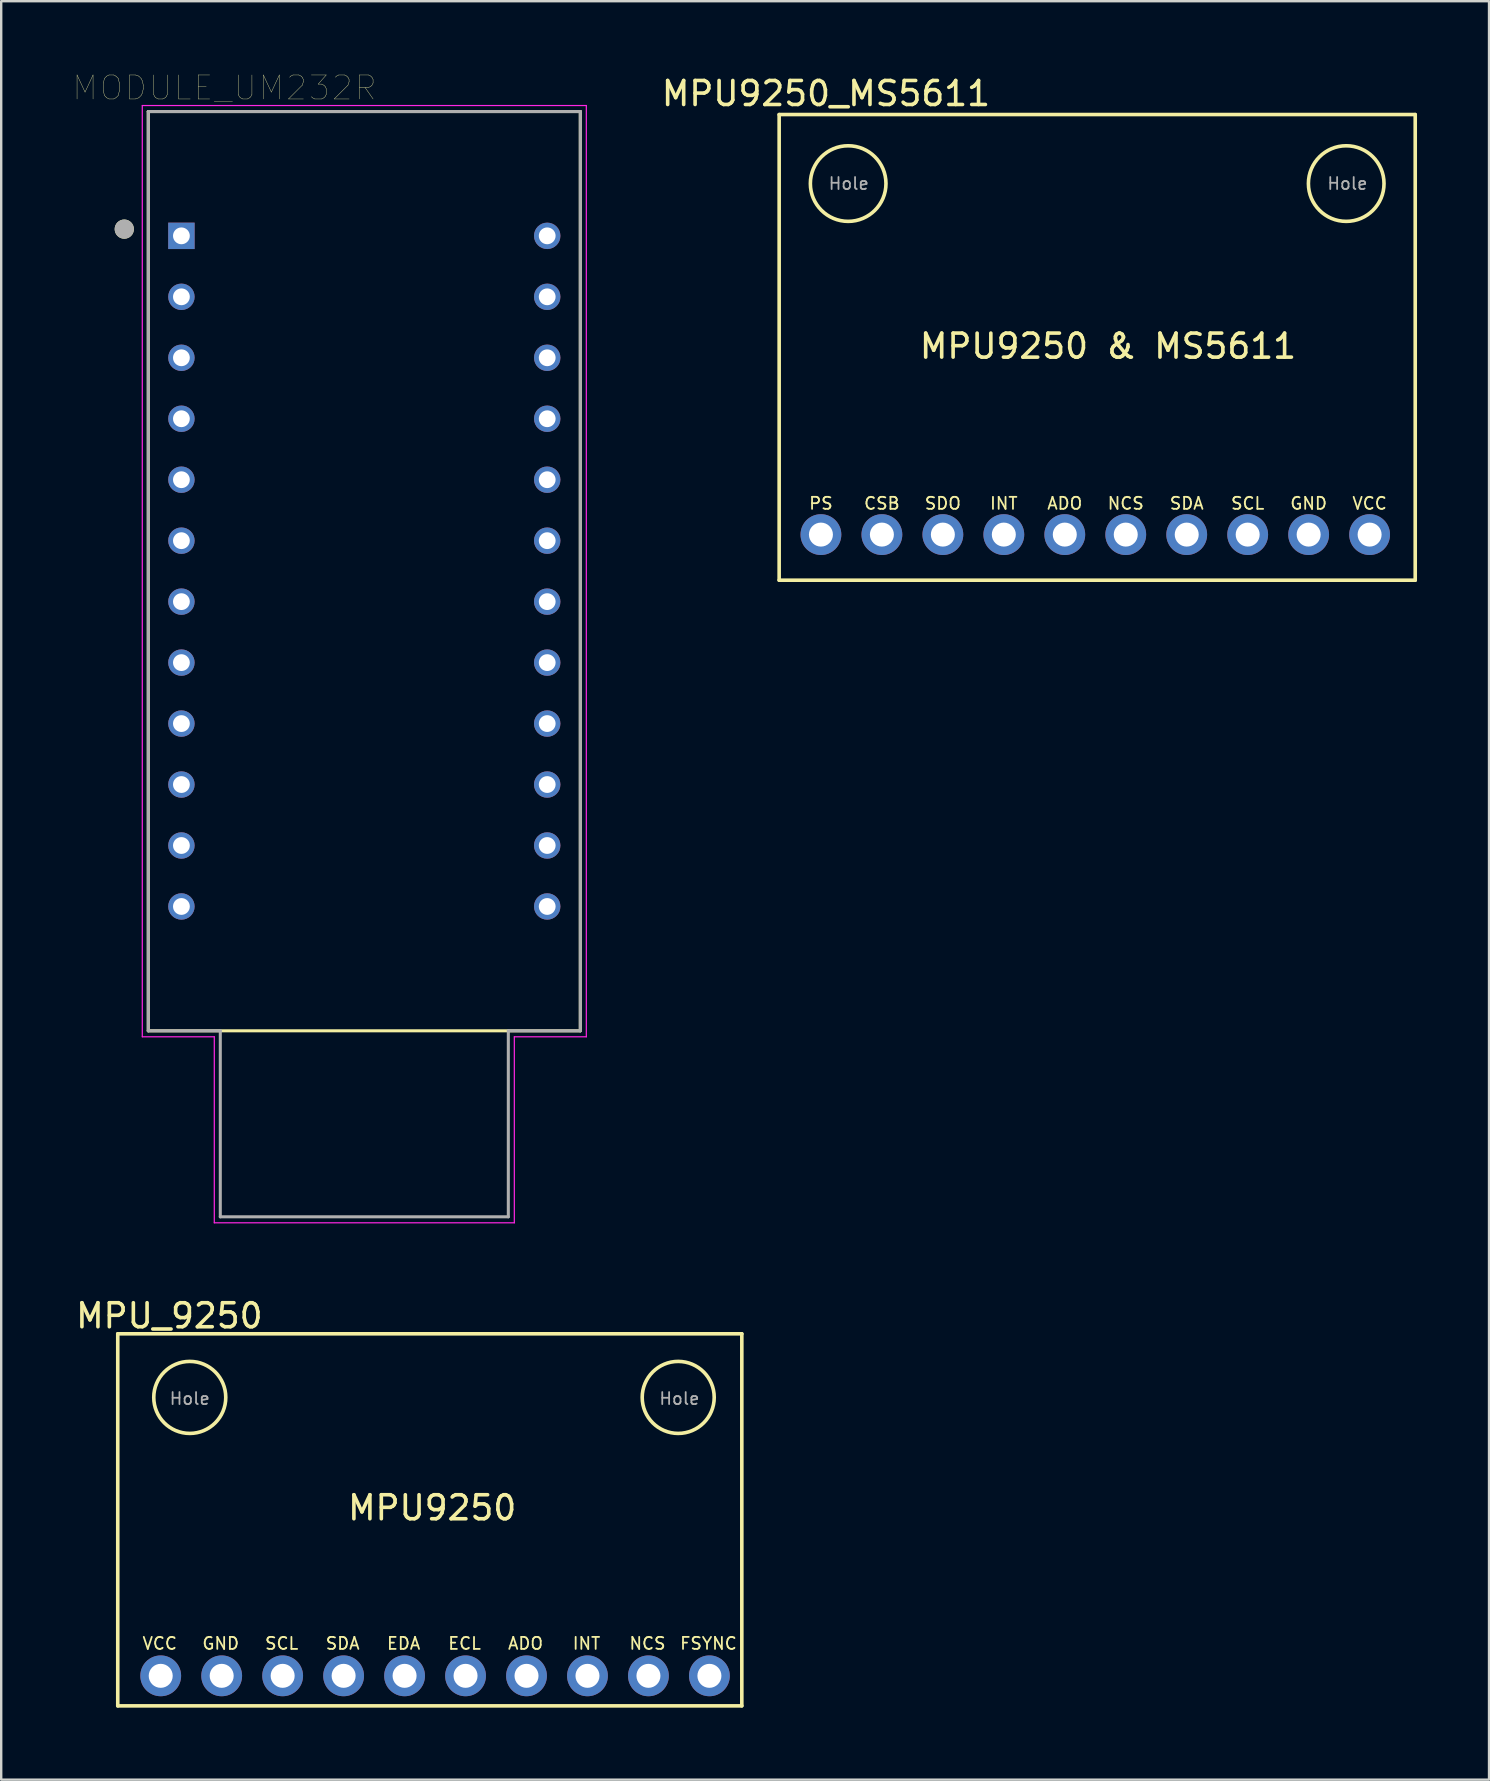
<source format=kicad_pcb>
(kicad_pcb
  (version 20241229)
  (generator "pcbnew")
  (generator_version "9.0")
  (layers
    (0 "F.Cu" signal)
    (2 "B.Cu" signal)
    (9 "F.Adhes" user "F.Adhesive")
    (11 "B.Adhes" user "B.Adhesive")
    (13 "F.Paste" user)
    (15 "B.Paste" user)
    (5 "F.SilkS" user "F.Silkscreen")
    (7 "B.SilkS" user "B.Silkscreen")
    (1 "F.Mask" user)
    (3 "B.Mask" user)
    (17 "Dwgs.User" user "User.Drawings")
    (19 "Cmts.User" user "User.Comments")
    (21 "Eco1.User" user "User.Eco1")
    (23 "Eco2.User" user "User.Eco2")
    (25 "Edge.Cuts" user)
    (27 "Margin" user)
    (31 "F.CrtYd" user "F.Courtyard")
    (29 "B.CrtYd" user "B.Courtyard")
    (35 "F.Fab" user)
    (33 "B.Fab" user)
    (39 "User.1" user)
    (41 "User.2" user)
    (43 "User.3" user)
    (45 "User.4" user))
  (footprint "MODULE_UM232R"
    (layer "F.Cu")
    (at 12.128 20.746)
    (property "Reference" "MODULE_UM232R" (at -5.825 -20.135 0) (layer "F.SilkS") (effects (font (size 1 1) (thickness 0.015))))
    (attr through_hole)
    (fp_line (start -9 -19.15) (end 9 -19.15) (stroke (width 0.127) (type solid)) (layer "F.SilkS"))
    (fp_line (start -9 19.15) (end -9 -19.15) (stroke (width 0.127) (type solid)) (layer "F.SilkS"))
    (fp_line (start 9 -19.15) (end 9 19.15) (stroke (width 0.127) (type solid)) (layer "F.SilkS"))
    (fp_line (start 9 19.15) (end -9 19.15) (stroke (width 0.127) (type solid)) (layer "F.SilkS"))
    (fp_circle (center -10 -14.25) (end -9.8 -14.25) (stroke (width 0.4) (type solid)) (fill no) (layer "F.SilkS"))
    (fp_line (start -9.25 -19.4) (end 9.25 -19.4) (stroke (width 0.05) (type solid)) (layer "F.CrtYd"))
    (fp_line (start -9.25 19.4) (end -9.25 -19.4) (stroke (width 0.05) (type solid)) (layer "F.CrtYd"))
    (fp_line (start -6.25 19.4) (end -9.25 19.4) (stroke (width 0.05) (type solid)) (layer "F.CrtYd"))
    (fp_line (start -6.25 27.15) (end -6.25 19.4) (stroke (width 0.05) (type solid)) (layer "F.CrtYd"))
    (fp_line (start 6.25 19.4) (end 6.25 27.15) (stroke (width 0.05) (type solid)) (layer "F.CrtYd"))
    (fp_line (start 6.25 27.15) (end -6.25 27.15) (stroke (width 0.05) (type solid)) (layer "F.CrtYd"))
    (fp_line (start 9.25 -19.4) (end 9.25 19.4) (stroke (width 0.05) (type solid)) (layer "F.CrtYd"))
    (fp_line (start 9.25 19.4) (end 6.25 19.4) (stroke (width 0.05) (type solid)) (layer "F.CrtYd"))
    (fp_line (start -9 -19.15) (end 9 -19.15) (stroke (width 0.127) (type solid)) (layer "F.Fab"))
    (fp_line (start -9 19.15) (end -9 -19.15) (stroke (width 0.127) (type solid)) (layer "F.Fab"))
    (fp_line (start -6 19.15) (end -9 19.15) (stroke (width 0.127) (type solid)) (layer "F.Fab"))
    (fp_line (start -6 19.15) (end -6 26.9) (stroke (width 0.127) (type solid)) (layer "F.Fab"))
    (fp_line (start -6 26.9) (end 6 26.9) (stroke (width 0.127) (type solid)) (layer "F.Fab"))
    (fp_line (start 6 26.9) (end 6 19.15) (stroke (width 0.127) (type solid)) (layer "F.Fab"))
    (fp_line (start 9 -19.15) (end 9 19.15) (stroke (width 0.127) (type solid)) (layer "F.Fab"))
    (fp_line (start 9 19.15) (end 6 19.15) (stroke (width 0.127) (type solid)) (layer "F.Fab"))
    (fp_circle (center -10 -14.25) (end -9.8 -14.25) (stroke (width 0.4) (type solid)) (fill no) (layer "F.Fab"))
    (pad "1" thru_hole rect (at -7.62 -13.97) (size 1.1 1.1) (drill 0.7) (layers "*.Cu" "*.Mask"))
    (pad "2" thru_hole circle (at -7.62 -11.43) (size 1.1 1.1) (drill 0.7) (layers "*.Cu" "*.Mask"))
    (pad "3" thru_hole circle (at -7.62 -8.89) (size 1.1 1.1) (drill 0.7) (layers "*.Cu" "*.Mask"))
    (pad "4" thru_hole circle (at -7.62 -6.35) (size 1.1 1.1) (drill 0.7) (layers "*.Cu" "*.Mask"))
    (pad "5" thru_hole circle (at -7.62 -3.81) (size 1.1 1.1) (drill 0.7) (layers "*.Cu" "*.Mask"))
    (pad "6" thru_hole circle (at -7.62 -1.27) (size 1.1 1.1) (drill 0.7) (layers "*.Cu" "*.Mask"))
    (pad "7" thru_hole circle (at -7.62 1.27) (size 1.1 1.1) (drill 0.7) (layers "*.Cu" "*.Mask"))
    (pad "8" thru_hole circle (at -7.62 3.81) (size 1.1 1.1) (drill 0.7) (layers "*.Cu" "*.Mask"))
    (pad "9" thru_hole circle (at -7.62 6.35) (size 1.1 1.1) (drill 0.7) (layers "*.Cu" "*.Mask"))
    (pad "10" thru_hole circle (at -7.62 8.89) (size 1.1 1.1) (drill 0.7) (layers "*.Cu" "*.Mask"))
    (pad "11" thru_hole circle (at -7.62 11.43) (size 1.1 1.1) (drill 0.7) (layers "*.Cu" "*.Mask"))
    (pad "12" thru_hole circle (at -7.62 13.97) (size 1.1 1.1) (drill 0.7) (layers "*.Cu" "*.Mask"))
    (pad "13" thru_hole circle (at 7.62 13.97) (size 1.1 1.1) (drill 0.7) (layers "*.Cu" "*.Mask"))
    (pad "14" thru_hole circle (at 7.62 11.43) (size 1.1 1.1) (drill 0.7) (layers "*.Cu" "*.Mask"))
    (pad "15" thru_hole circle (at 7.62 8.89) (size 1.1 1.1) (drill 0.7) (layers "*.Cu" "*.Mask"))
    (pad "16" thru_hole circle (at 7.62 6.35) (size 1.1 1.1) (drill 0.7) (layers "*.Cu" "*.Mask"))
    (pad "17" thru_hole circle (at 7.62 3.81) (size 1.1 1.1) (drill 0.7) (layers "*.Cu" "*.Mask"))
    (pad "18" thru_hole circle (at 7.62 1.27) (size 1.1 1.1) (drill 0.7) (layers "*.Cu" "*.Mask"))
    (pad "19" thru_hole circle (at 7.62 -1.27) (size 1.1 1.1) (drill 0.7) (layers "*.Cu" "*.Mask"))
    (pad "20" thru_hole circle (at 7.62 -3.81) (size 1.1 1.1) (drill 0.7) (layers "*.Cu" "*.Mask"))
    (pad "21" thru_hole circle (at 7.62 -6.35) (size 1.1 1.1) (drill 0.7) (layers "*.Cu" "*.Mask"))
    (pad "22" thru_hole circle (at 7.62 -8.89) (size 1.1 1.1) (drill 0.7) (layers "*.Cu" "*.Mask"))
    (pad "23" thru_hole circle (at 7.62 -11.43) (size 1.1 1.1) (drill 0.7) (layers "*.Cu" "*.Mask"))
    (pad "24" thru_hole circle (at 7.62 -13.97) (size 1.1 1.1) (drill 0.7) (layers "*.Cu" "*.Mask")))
  (footprint "MPU_9250"
    (layer "F.Cu")
    (at 14.956 59.77)
    (property "Reference" "MPU_9250" (at -10.95 -8 0) (layer "F.SilkS") (effects (font (size 1 1) (thickness 0.15))))
    (attr through_hole)
    (fp_line (start -13.1 -7.25) (end 12.9 -7.25) (stroke (width 0.15) (type solid)) (layer "F.SilkS"))
    (fp_line (start -13.1 8.25) (end -13.1 -7.25) (stroke (width 0.15) (type solid)) (layer "F.SilkS"))
    (fp_line (start 12.9 -7.25) (end 12.9 8.25) (stroke (width 0.15) (type solid)) (layer "F.SilkS"))
    (fp_line (start 12.9 8.25) (end -13.1 8.25) (stroke (width 0.15) (type solid)) (layer "F.SilkS"))
    (fp_circle (center -10.1 -4.6) (end -8.6 -4.6) (stroke (width 0.15) (type solid)) (fill no) (layer "F.SilkS"))
    (fp_circle (center 10.25 -4.6) (end 11.75 -4.6) (stroke (width 0.15) (type solid)) (fill no) (layer "F.SilkS"))
    (fp_text user "GND" (at -8.81 5.65 0) (layer "F.SilkS") (effects (font (size 0.5 0.5) (thickness 0.075))))
    (fp_text user "INT" (at 6.43 5.65 0) (layer "F.SilkS") (effects (font (size 0.5 0.5) (thickness 0.075))))
    (fp_text user "ADO" (at 3.89 5.65 0) (layer "F.SilkS") (effects (font (size 0.5 0.5) (thickness 0.075))))
    (fp_text user "NCS" (at 8.97 5.65 0) (layer "F.SilkS") (effects (font (size 0.5 0.5) (thickness 0.075))))
    (fp_text user "ECL" (at 1.35 5.65 0) (layer "F.SilkS") (effects (font (size 0.5 0.5) (thickness 0.075))))
    (fp_text user "MPU9250" (at 0 0 0) (layer "F.SilkS") (effects (font (size 1 1) (thickness 0.15))))
    (fp_text user "VCC" (at -11.35 5.65 0) (layer "F.SilkS") (effects (font (size 0.5 0.5) (thickness 0.075))))
    (fp_text user "FSYNC" (at 11.51 5.65 0) (layer "F.SilkS") (effects (font (size 0.5 0.5) (thickness 0.075))))
    (fp_text user "EDA" (at -1.19 5.65 0) (layer "F.SilkS") (effects (font (size 0.5 0.5) (thickness 0.075))))
    (fp_text user "SCL" (at -6.27 5.65 0) (layer "F.SilkS") (effects (font (size 0.5 0.5) (thickness 0.075))))
    (fp_text user "SDA" (at -3.73 5.65 0) (layer "F.SilkS") (effects (font (size 0.5 0.5) (thickness 0.075))))
    (fp_text user "Hole" (at -10.1 -4.55 0) (layer "F.Fab") (effects (font (size 0.5 0.5) (thickness 0.075))))
    (fp_text user "Hole" (at 10.3 -4.55 0) (layer "F.Fab") (effects (font (size 0.5 0.5) (thickness 0.075))))
    (pad "1" thru_hole oval (at -11.31 7) (size 1.7 1.7) (drill 1) (layers "*.Cu" "*.Mask"))
    (pad "2" thru_hole oval (at -8.77 7) (size 1.7 1.7) (drill 1) (layers "*.Cu" "*.Mask"))
    (pad "3" thru_hole oval (at -6.23 7) (size 1.7 1.7) (drill 1) (layers "*.Cu" "*.Mask"))
    (pad "4" thru_hole oval (at -3.69 7) (size 1.7 1.7) (drill 1) (layers "*.Cu" "*.Mask"))
    (pad "5" thru_hole oval (at -1.15 7) (size 1.7 1.7) (drill 1) (layers "*.Cu" "*.Mask"))
    (pad "6" thru_hole oval (at 1.39 7) (size 1.7 1.7) (drill 1) (layers "*.Cu" "*.Mask"))
    (pad "7" thru_hole oval (at 3.93 7) (size 1.7 1.7) (drill 1) (layers "*.Cu" "*.Mask"))
    (pad "8" thru_hole oval (at 6.47 7) (size 1.7 1.7) (drill 1) (layers "*.Cu" "*.Mask"))
    (pad "9" thru_hole oval (at 9.01 7) (size 1.7 1.7) (drill 1) (layers "*.Cu" "*.Mask"))
    (pad "10" thru_hole oval (at 11.55 7) (size 1.7 1.7) (drill 1) (layers "*.Cu" "*.Mask")))
  (footprint "MPU9250_MS5611"
    (layer "F.Cu")
    (at 43.012 11.523)
    (property "Reference" "MPU9250_MS5611" (at -11.65 -10.675 0) (layer "F.SilkS") (effects (font (size 1 1) (thickness 0.15))))
    (attr through_hole)
    (fp_line (start -13.6 -9.8) (end -13.6 9.6) (stroke (width 0.15) (type solid)) (layer "F.SilkS"))
    (fp_line (start -13.6 -9.8) (end 12.9 -9.8) (stroke (width 0.15) (type solid)) (layer "F.SilkS"))
    (fp_line (start -13.6 9.6) (end 12.9 9.6) (stroke (width 0.15) (type solid)) (layer "F.SilkS"))
    (fp_line (start 12.9 -9.8) (end 12.9 9.6) (stroke (width 0.15) (type solid)) (layer "F.SilkS"))
    (fp_circle (center -10.725 -6.925) (end -9.15 -6.925) (stroke (width 0.15) (type solid)) (fill no) (layer "F.SilkS"))
    (fp_circle (center 10.025 -6.925) (end 11.6 -6.925) (stroke (width 0.15) (type solid)) (fill no) (layer "F.SilkS"))
    (fp_text user "SDO" (at -6.78 6.4 0) (layer "F.SilkS") (effects (font (size 0.5 0.5) (thickness 0.075))))
    (fp_text user "VCC" (at 11 6.4 0) (layer "F.SilkS") (effects (font (size 0.5 0.5) (thickness 0.075))))
    (fp_text user "MPU9250 & MS5611" (at 0.1 -0.15 0) (layer "F.SilkS") (effects (font (size 1 1) (thickness 0.15))))
    (fp_text user "ADO" (at -1.7 6.4 0) (layer "F.SilkS") (effects (font (size 0.5 0.5) (thickness 0.075))))
    (fp_text user "INT" (at -4.24 6.4 0) (layer "F.SilkS") (effects (font (size 0.5 0.5) (thickness 0.075))))
    (fp_text user "SCL" (at 5.92 6.4 0) (layer "F.SilkS") (effects (font (size 0.5 0.5) (thickness 0.075))))
    (fp_text user "NCS" (at 0.84 6.4 0) (layer "F.SilkS") (effects (font (size 0.5 0.5) (thickness 0.075))))
    (fp_text user "SDA" (at 3.38 6.4 0) (layer "F.SilkS") (effects (font (size 0.5 0.5) (thickness 0.075))))
    (fp_text user "GND" (at 8.46 6.4 0) (layer "F.SilkS") (effects (font (size 0.5 0.5) (thickness 0.075))))
    (fp_text user "CSB" (at -9.32 6.4 0) (layer "F.SilkS") (effects (font (size 0.5 0.5) (thickness 0.075))))
    (fp_text user "PS" (at -11.86 6.4 0) (layer "F.SilkS") (effects (font (size 0.5 0.5) (thickness 0.075))))
    (fp_text user "Hole" (at 10.075 -6.925 0) (layer "F.Fab") (effects (font (size 0.5 0.5) (thickness 0.075))))
    (fp_text user "Hole" (at -10.7 -6.925 0) (layer "F.Fab") (effects (font (size 0.5 0.5) (thickness 0.075))))
    (pad "1" thru_hole oval (at 11 7.7) (size 1.7 1.7) (drill 1) (layers "*.Cu" "*.Mask"))
    (pad "2" thru_hole oval (at 8.46 7.7) (size 1.7 1.7) (drill 1) (layers "*.Cu" "*.Mask"))
    (pad "3" thru_hole oval (at 5.92 7.7) (size 1.7 1.7) (drill 1) (layers "*.Cu" "*.Mask"))
    (pad "4" thru_hole oval (at 3.38 7.7) (size 1.7 1.7) (drill 1) (layers "*.Cu" "*.Mask"))
    (pad "5" thru_hole oval (at 0.84 7.7) (size 1.7 1.7) (drill 1) (layers "*.Cu" "*.Mask"))
    (pad "6" thru_hole oval (at -1.7 7.7) (size 1.7 1.7) (drill 1) (layers "*.Cu" "*.Mask"))
    (pad "7" thru_hole oval (at -4.24 7.7) (size 1.7 1.7) (drill 1) (layers "*.Cu" "*.Mask" "Eco1.User"))
    (pad "8" thru_hole oval (at -6.78 7.7) (size 1.7 1.7) (drill 1) (layers "*.Cu" "*.Mask"))
    (pad "9" thru_hole oval (at -9.32 7.7) (size 1.7 1.7) (drill 1) (layers "*.Cu" "*.Mask"))
    (pad "10" thru_hole oval (at -11.86 7.7) (size 1.7 1.7) (drill 1) (layers "*.Cu" "*.Mask")))
  (gr_rect
    (start -3 -3)
    (end 58.987 71.095)
    (stroke (width 0.1) (type default))
    (fill no)
    (layer "Edge.Cuts")))
</source>
